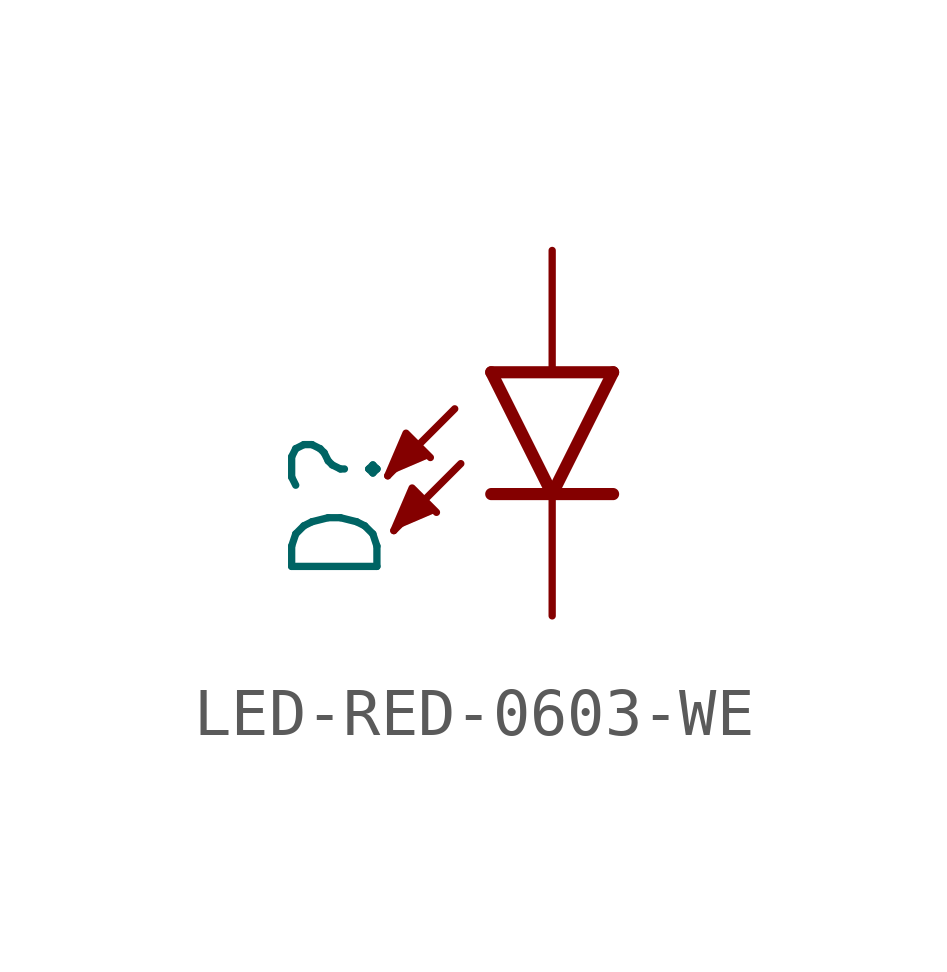
<source format=kicad_sym>
(kicad_symbol_lib
  (version 20220914)
  (generator kicad_symbol_editor)
  (symbol "LED-RED-0603-WE"
    (property "Reference" "D"
      (at -3.429 -4.572 90)
      (effects (font (size 1.778 1.778)) (justify left bottom)))
    (property "Value" ""
      (at 1.905 -4.572 90)
      (effects (font (size 1.778 1.778)) (justify left top)))
    (property "ki_locked" ""
      (at 0 0 0)
      (effects (font (size 1.27 1.27))))
    (symbol "LED-RED-0603-WE_1_0"
      (polyline (pts (xy -2.032 -0.762) (xy -3.429 -2.159)) (stroke (width 0.152) (type solid)) (fill (type none)))
      (polyline (pts (xy -1.905 -1.905) (xy -3.302 -3.302)) (stroke (width 0.152) (type solid)) (fill (type none)))
      (polyline (pts (xy 0 -2.54) (xy -1.27 -2.54)) (stroke (width 0.254) (type solid)) (fill (type none)))
      (polyline (pts (xy 0 -2.54) (xy -1.27 0)) (stroke (width 0.254) (type solid)) (fill (type none)))
      (polyline (pts (xy 1.27 -2.54) (xy 0 -2.54)) (stroke (width 0.254) (type solid)) (fill (type none)))
      (polyline (pts (xy 1.27 0) (xy -1.27 0)) (stroke (width 0.254) (type solid)) (fill (type none)))
      (polyline (pts (xy 1.27 0) (xy 0 -2.54)) (stroke (width 0.254) (type solid)) (fill (type none)))
      (polyline (pts (xy -3.429 -2.159) (xy -3.048 -1.27) (xy -2.54 -1.778)) (stroke (width 0.152) (type solid)) (fill (type outline)))
      (polyline (pts (xy -3.302 -3.302) (xy -2.921 -2.413) (xy -2.413 -2.921)) (stroke (width 0.152) (type solid)) (fill (type outline)))
      (pin passive line (at 0 2.54 270) (length 2.54) (name "A" (effects (font (size 0 0)))) (number "A" (effects (font (size 0 0)))))
      (pin passive line (at 0 -5.08 90) (length 2.54) (name "C" (effects (font (size 0 0)))) (number "C" (effects (font (size 0 0))))))))
</source>
